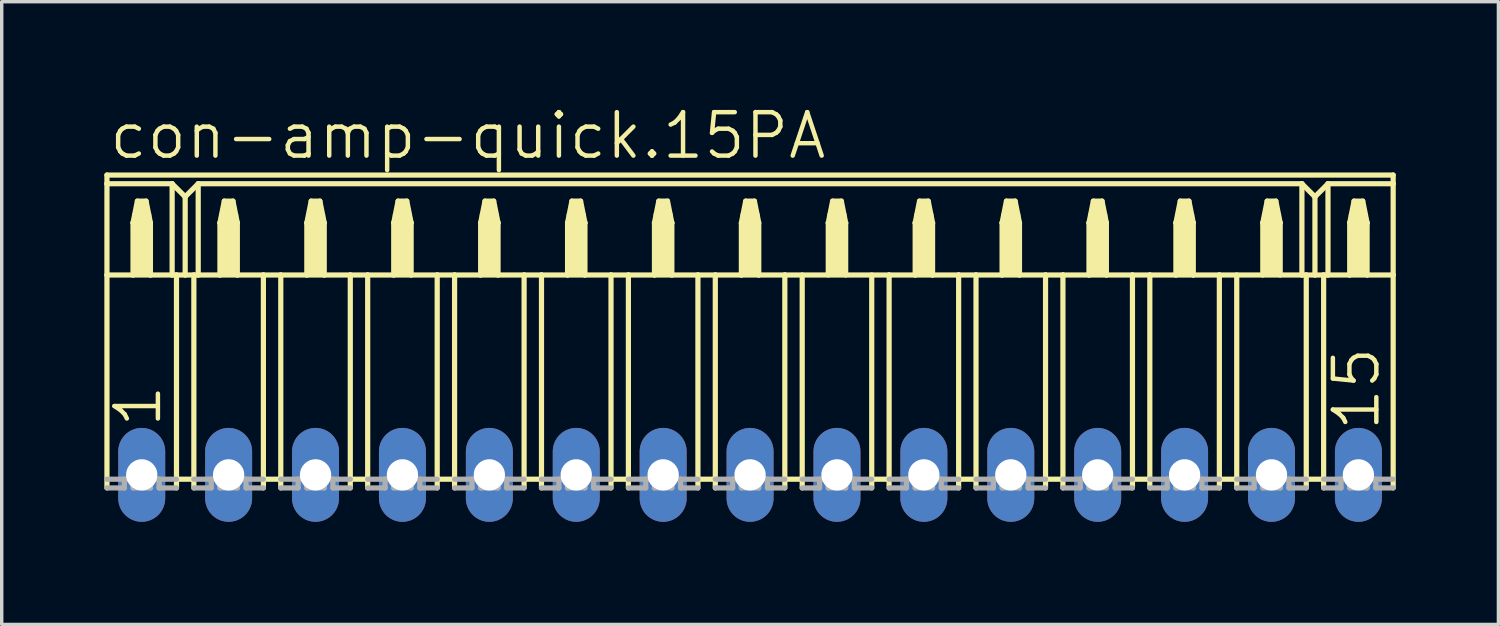
<source format=kicad_pcb>
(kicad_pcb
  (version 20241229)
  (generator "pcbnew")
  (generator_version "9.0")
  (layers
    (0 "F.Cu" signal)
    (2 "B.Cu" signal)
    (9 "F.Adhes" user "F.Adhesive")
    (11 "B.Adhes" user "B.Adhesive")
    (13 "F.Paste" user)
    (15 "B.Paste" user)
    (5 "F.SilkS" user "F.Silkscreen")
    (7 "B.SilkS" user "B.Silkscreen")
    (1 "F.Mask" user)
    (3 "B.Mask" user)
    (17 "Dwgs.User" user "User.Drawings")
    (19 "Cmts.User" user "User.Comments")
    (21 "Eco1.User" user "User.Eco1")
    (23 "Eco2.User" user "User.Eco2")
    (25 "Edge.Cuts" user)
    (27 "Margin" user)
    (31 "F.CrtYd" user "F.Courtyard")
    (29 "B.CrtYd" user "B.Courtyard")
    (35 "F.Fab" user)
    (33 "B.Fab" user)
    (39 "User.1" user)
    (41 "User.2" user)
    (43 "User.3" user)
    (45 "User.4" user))
  (footprint "con-amp-quick.15PA"
    (layer "F.Cu")
    (at 18.872 10.829)
    (property "Reference" "con-amp-quick.15PA" (at -18.796 -9.169 0) (layer "F.SilkS") (effects (font (size 1.27 1.27) (thickness 0.13)) (justify left bottom)))
    (attr through_hole)
    (fp_line (start -18.796 -8.763) (end -18.796 -8.509) (stroke (width 0.152) (type default)) (layer "F.SilkS"))
    (fp_line (start -18.796 -8.763) (end 18.796 -8.763) (stroke (width 0.152) (type default)) (layer "F.SilkS"))
    (fp_line (start -18.796 -8.509) (end -18.796 -5.842) (stroke (width 0.152) (type default)) (layer "F.SilkS"))
    (fp_line (start -18.796 -8.509) (end -16.891 -8.509) (stroke (width 0.152) (type default)) (layer "F.SilkS"))
    (fp_line (start -18.796 -5.842) (end -18.796 0.381) (stroke (width 0.152) (type default)) (layer "F.SilkS"))
    (fp_line (start -18.796 -5.842) (end -18.034 -5.842) (stroke (width 0.152) (type default)) (layer "F.SilkS"))
    (fp_line (start -18.034 -7.366) (end -18.034 -5.842) (stroke (width 0.152) (type default)) (layer "F.SilkS"))
    (fp_line (start -18.034 -7.366) (end -17.907 -8.001) (stroke (width 0.152) (type default)) (layer "F.SilkS"))
    (fp_line (start -18.034 -5.842) (end -17.526 -5.842) (stroke (width 0.152) (type default)) (layer "F.SilkS"))
    (fp_line (start -17.907 -8.001) (end -17.653 -8.001) (stroke (width 0.152) (type default)) (layer "F.SilkS"))
    (fp_line (start -17.653 -8.001) (end -17.526 -7.366) (stroke (width 0.152) (type default)) (layer "F.SilkS"))
    (fp_line (start -17.526 -7.366) (end -18.034 -7.366) (stroke (width 0.152) (type default)) (layer "F.SilkS"))
    (fp_line (start -17.526 -7.366) (end -17.526 -5.842) (stroke (width 0.152) (type default)) (layer "F.SilkS"))
    (fp_line (start -17.526 -5.842) (end -16.891 -5.842) (stroke (width 0.152) (type default)) (layer "F.SilkS"))
    (fp_line (start -16.891 -8.509) (end -16.891 -5.842) (stroke (width 0.152) (type default)) (layer "F.SilkS"))
    (fp_line (start -16.891 -8.509) (end -16.51 -8.128) (stroke (width 0.152) (type default)) (layer "F.SilkS"))
    (fp_line (start -16.891 -5.842) (end -16.764 -5.842) (stroke (width 0.152) (type default)) (layer "F.SilkS"))
    (fp_line (start -16.764 -5.842) (end -16.764 0.127) (stroke (width 0.152) (type default)) (layer "F.SilkS"))
    (fp_line (start -16.764 -5.842) (end -16.51 -5.842) (stroke (width 0.152) (type default)) (layer "F.SilkS"))
    (fp_line (start -16.764 0.127) (end -16.764 0.381) (stroke (width 0.152) (type default)) (layer "F.SilkS"))
    (fp_line (start -16.51 -8.128) (end -16.51 -5.842) (stroke (width 0.152) (type default)) (layer "F.SilkS"))
    (fp_line (start -16.51 -8.128) (end -16.129 -8.509) (stroke (width 0.152) (type default)) (layer "F.SilkS"))
    (fp_line (start -16.51 -5.842) (end -16.256 -5.842) (stroke (width 0.152) (type default)) (layer "F.SilkS"))
    (fp_line (start -16.256 -5.842) (end -16.256 0.127) (stroke (width 0.152) (type default)) (layer "F.SilkS"))
    (fp_line (start -16.256 -5.842) (end -16.129 -5.842) (stroke (width 0.152) (type default)) (layer "F.SilkS"))
    (fp_line (start -16.256 0.127) (end -16.764 0.127) (stroke (width 0.152) (type default)) (layer "F.SilkS"))
    (fp_line (start -16.256 0.127) (end -16.256 0.381) (stroke (width 0.152) (type default)) (layer "F.SilkS"))
    (fp_line (start -16.129 -8.509) (end -16.129 -5.842) (stroke (width 0.152) (type default)) (layer "F.SilkS"))
    (fp_line (start -16.129 -8.509) (end 16.129 -8.509) (stroke (width 0.152) (type default)) (layer "F.SilkS"))
    (fp_line (start -16.129 -5.842) (end -15.494 -5.842) (stroke (width 0.152) (type default)) (layer "F.SilkS"))
    (fp_line (start -15.494 -7.366) (end -15.494 -5.842) (stroke (width 0.152) (type default)) (layer "F.SilkS"))
    (fp_line (start -15.494 -7.366) (end -15.367 -8.001) (stroke (width 0.152) (type default)) (layer "F.SilkS"))
    (fp_line (start -15.494 -5.842) (end -14.986 -5.842) (stroke (width 0.152) (type default)) (layer "F.SilkS"))
    (fp_line (start -15.367 -8.001) (end -15.113 -8.001) (stroke (width 0.152) (type default)) (layer "F.SilkS"))
    (fp_line (start -15.113 -8.001) (end -14.986 -7.366) (stroke (width 0.152) (type default)) (layer "F.SilkS"))
    (fp_line (start -14.986 -7.366) (end -15.494 -7.366) (stroke (width 0.152) (type default)) (layer "F.SilkS"))
    (fp_line (start -14.986 -7.366) (end -14.986 -5.842) (stroke (width 0.152) (type default)) (layer "F.SilkS"))
    (fp_line (start -14.986 -5.842) (end -14.224 -5.842) (stroke (width 0.152) (type default)) (layer "F.SilkS"))
    (fp_line (start -14.224 -5.842) (end -14.224 0.127) (stroke (width 0.152) (type default)) (layer "F.SilkS"))
    (fp_line (start -14.224 -5.842) (end -13.716 -5.842) (stroke (width 0.152) (type default)) (layer "F.SilkS"))
    (fp_line (start -14.224 0.127) (end -14.224 0.381) (stroke (width 0.152) (type default)) (layer "F.SilkS"))
    (fp_line (start -13.716 -5.842) (end -13.716 0.127) (stroke (width 0.152) (type default)) (layer "F.SilkS"))
    (fp_line (start -13.716 -5.842) (end -12.954 -5.842) (stroke (width 0.152) (type default)) (layer "F.SilkS"))
    (fp_line (start -13.716 0.127) (end -14.224 0.127) (stroke (width 0.152) (type default)) (layer "F.SilkS"))
    (fp_line (start -13.716 0.127) (end -13.716 0.381) (stroke (width 0.152) (type default)) (layer "F.SilkS"))
    (fp_line (start -12.954 -7.366) (end -12.954 -5.842) (stroke (width 0.152) (type default)) (layer "F.SilkS"))
    (fp_line (start -12.954 -7.366) (end -12.827 -8.001) (stroke (width 0.152) (type default)) (layer "F.SilkS"))
    (fp_line (start -12.954 -5.842) (end -12.446 -5.842) (stroke (width 0.152) (type default)) (layer "F.SilkS"))
    (fp_line (start -12.827 -8.001) (end -12.573 -8.001) (stroke (width 0.152) (type default)) (layer "F.SilkS"))
    (fp_line (start -12.573 -8.001) (end -12.446 -7.366) (stroke (width 0.152) (type default)) (layer "F.SilkS"))
    (fp_line (start -12.446 -7.366) (end -12.954 -7.366) (stroke (width 0.152) (type default)) (layer "F.SilkS"))
    (fp_line (start -12.446 -7.366) (end -12.446 -5.842) (stroke (width 0.152) (type default)) (layer "F.SilkS"))
    (fp_line (start -12.446 -5.842) (end -11.684 -5.842) (stroke (width 0.152) (type default)) (layer "F.SilkS"))
    (fp_line (start -11.684 -5.842) (end -11.684 0.127) (stroke (width 0.152) (type default)) (layer "F.SilkS"))
    (fp_line (start -11.684 -5.842) (end -11.176 -5.842) (stroke (width 0.152) (type default)) (layer "F.SilkS"))
    (fp_line (start -11.684 0.127) (end -11.684 0.381) (stroke (width 0.152) (type default)) (layer "F.SilkS"))
    (fp_line (start -11.176 -5.842) (end -11.176 0.127) (stroke (width 0.152) (type default)) (layer "F.SilkS"))
    (fp_line (start -11.176 -5.842) (end -10.414 -5.842) (stroke (width 0.152) (type default)) (layer "F.SilkS"))
    (fp_line (start -11.176 0.127) (end -11.684 0.127) (stroke (width 0.152) (type default)) (layer "F.SilkS"))
    (fp_line (start -11.176 0.127) (end -11.176 0.381) (stroke (width 0.152) (type default)) (layer "F.SilkS"))
    (fp_line (start -10.414 -7.366) (end -10.414 -5.842) (stroke (width 0.152) (type default)) (layer "F.SilkS"))
    (fp_line (start -10.414 -7.366) (end -10.287 -8.001) (stroke (width 0.152) (type default)) (layer "F.SilkS"))
    (fp_line (start -10.414 -5.842) (end -9.906 -5.842) (stroke (width 0.152) (type default)) (layer "F.SilkS"))
    (fp_line (start -10.287 -8.001) (end -10.033 -8.001) (stroke (width 0.152) (type default)) (layer "F.SilkS"))
    (fp_line (start -10.033 -8.001) (end -9.906 -7.366) (stroke (width 0.152) (type default)) (layer "F.SilkS"))
    (fp_line (start -9.906 -7.366) (end -10.414 -7.366) (stroke (width 0.152) (type default)) (layer "F.SilkS"))
    (fp_line (start -9.906 -7.366) (end -9.906 -5.842) (stroke (width 0.152) (type default)) (layer "F.SilkS"))
    (fp_line (start -9.906 -5.842) (end -9.144 -5.842) (stroke (width 0.152) (type default)) (layer "F.SilkS"))
    (fp_line (start -9.144 -5.842) (end -9.144 0.127) (stroke (width 0.152) (type default)) (layer "F.SilkS"))
    (fp_line (start -9.144 -5.842) (end -8.636 -5.842) (stroke (width 0.152) (type default)) (layer "F.SilkS"))
    (fp_line (start -9.144 0.127) (end -9.144 0.381) (stroke (width 0.152) (type default)) (layer "F.SilkS"))
    (fp_line (start -8.636 -5.842) (end -8.636 0.127) (stroke (width 0.152) (type default)) (layer "F.SilkS"))
    (fp_line (start -8.636 -5.842) (end -7.874 -5.842) (stroke (width 0.152) (type default)) (layer "F.SilkS"))
    (fp_line (start -8.636 0.127) (end -9.144 0.127) (stroke (width 0.152) (type default)) (layer "F.SilkS"))
    (fp_line (start -8.636 0.127) (end -8.636 0.381) (stroke (width 0.152) (type default)) (layer "F.SilkS"))
    (fp_line (start -7.874 -7.366) (end -7.874 -5.842) (stroke (width 0.152) (type default)) (layer "F.SilkS"))
    (fp_line (start -7.874 -7.366) (end -7.747 -8.001) (stroke (width 0.152) (type default)) (layer "F.SilkS"))
    (fp_line (start -7.874 -5.842) (end -7.366 -5.842) (stroke (width 0.152) (type default)) (layer "F.SilkS"))
    (fp_line (start -7.747 -8.001) (end -7.493 -8.001) (stroke (width 0.152) (type default)) (layer "F.SilkS"))
    (fp_line (start -7.493 -8.001) (end -7.366 -7.366) (stroke (width 0.152) (type default)) (layer "F.SilkS"))
    (fp_line (start -7.366 -7.366) (end -7.874 -7.366) (stroke (width 0.152) (type default)) (layer "F.SilkS"))
    (fp_line (start -7.366 -7.366) (end -7.366 -5.842) (stroke (width 0.152) (type default)) (layer "F.SilkS"))
    (fp_line (start -7.366 -5.842) (end -6.604 -5.842) (stroke (width 0.152) (type default)) (layer "F.SilkS"))
    (fp_line (start -6.604 -5.842) (end -6.604 0.127) (stroke (width 0.152) (type default)) (layer "F.SilkS"))
    (fp_line (start -6.604 -5.842) (end -6.096 -5.842) (stroke (width 0.152) (type default)) (layer "F.SilkS"))
    (fp_line (start -6.604 0.127) (end -6.604 0.381) (stroke (width 0.152) (type default)) (layer "F.SilkS"))
    (fp_line (start -6.096 -5.842) (end -6.096 0.127) (stroke (width 0.152) (type default)) (layer "F.SilkS"))
    (fp_line (start -6.096 -5.842) (end -5.334 -5.842) (stroke (width 0.152) (type default)) (layer "F.SilkS"))
    (fp_line (start -6.096 0.127) (end -6.604 0.127) (stroke (width 0.152) (type default)) (layer "F.SilkS"))
    (fp_line (start -6.096 0.127) (end -6.096 0.381) (stroke (width 0.152) (type default)) (layer "F.SilkS"))
    (fp_line (start -5.334 -7.366) (end -5.334 -5.842) (stroke (width 0.152) (type default)) (layer "F.SilkS"))
    (fp_line (start -5.334 -7.366) (end -5.207 -8.001) (stroke (width 0.152) (type default)) (layer "F.SilkS"))
    (fp_line (start -5.334 -5.842) (end -4.826 -5.842) (stroke (width 0.152) (type default)) (layer "F.SilkS"))
    (fp_line (start -5.207 -8.001) (end -4.953 -8.001) (stroke (width 0.152) (type default)) (layer "F.SilkS"))
    (fp_line (start -4.953 -8.001) (end -4.826 -7.366) (stroke (width 0.152) (type default)) (layer "F.SilkS"))
    (fp_line (start -4.826 -7.366) (end -5.334 -7.366) (stroke (width 0.152) (type default)) (layer "F.SilkS"))
    (fp_line (start -4.826 -7.366) (end -4.826 -5.842) (stroke (width 0.152) (type default)) (layer "F.SilkS"))
    (fp_line (start -4.826 -5.842) (end -4.064 -5.842) (stroke (width 0.152) (type default)) (layer "F.SilkS"))
    (fp_line (start -4.064 -5.842) (end -4.064 0.127) (stroke (width 0.152) (type default)) (layer "F.SilkS"))
    (fp_line (start -4.064 -5.842) (end -3.556 -5.842) (stroke (width 0.152) (type default)) (layer "F.SilkS"))
    (fp_line (start -4.064 0.127) (end -4.064 0.381) (stroke (width 0.152) (type default)) (layer "F.SilkS"))
    (fp_line (start -3.556 -5.842) (end -3.556 0.127) (stroke (width 0.152) (type default)) (layer "F.SilkS"))
    (fp_line (start -3.556 -5.842) (end -2.794 -5.842) (stroke (width 0.152) (type default)) (layer "F.SilkS"))
    (fp_line (start -3.556 0.127) (end -4.064 0.127) (stroke (width 0.152) (type default)) (layer "F.SilkS"))
    (fp_line (start -3.556 0.127) (end -3.556 0.381) (stroke (width 0.152) (type default)) (layer "F.SilkS"))
    (fp_line (start -2.794 -7.366) (end -2.794 -5.842) (stroke (width 0.152) (type default)) (layer "F.SilkS"))
    (fp_line (start -2.794 -7.366) (end -2.667 -8.001) (stroke (width 0.152) (type default)) (layer "F.SilkS"))
    (fp_line (start -2.794 -5.842) (end -2.286 -5.842) (stroke (width 0.152) (type default)) (layer "F.SilkS"))
    (fp_line (start -2.667 -8.001) (end -2.413 -8.001) (stroke (width 0.152) (type default)) (layer "F.SilkS"))
    (fp_line (start -2.413 -8.001) (end -2.286 -7.366) (stroke (width 0.152) (type default)) (layer "F.SilkS"))
    (fp_line (start -2.286 -7.366) (end -2.794 -7.366) (stroke (width 0.152) (type default)) (layer "F.SilkS"))
    (fp_line (start -2.286 -7.366) (end -2.286 -5.842) (stroke (width 0.152) (type default)) (layer "F.SilkS"))
    (fp_line (start -2.286 -5.842) (end -1.524 -5.842) (stroke (width 0.152) (type default)) (layer "F.SilkS"))
    (fp_line (start -1.524 -5.842) (end -1.524 0.127) (stroke (width 0.152) (type default)) (layer "F.SilkS"))
    (fp_line (start -1.524 -5.842) (end -1.016 -5.842) (stroke (width 0.152) (type default)) (layer "F.SilkS"))
    (fp_line (start -1.524 0.127) (end -1.524 0.381) (stroke (width 0.152) (type default)) (layer "F.SilkS"))
    (fp_line (start -1.016 -5.842) (end -1.016 0.127) (stroke (width 0.152) (type default)) (layer "F.SilkS"))
    (fp_line (start -1.016 -5.842) (end -0.254 -5.842) (stroke (width 0.152) (type default)) (layer "F.SilkS"))
    (fp_line (start -1.016 0.127) (end -1.524 0.127) (stroke (width 0.152) (type default)) (layer "F.SilkS"))
    (fp_line (start -1.016 0.127) (end -1.016 0.381) (stroke (width 0.152) (type default)) (layer "F.SilkS"))
    (fp_line (start -0.254 -7.366) (end -0.254 -5.842) (stroke (width 0.152) (type default)) (layer "F.SilkS"))
    (fp_line (start -0.254 -7.366) (end -0.127 -8.001) (stroke (width 0.152) (type default)) (layer "F.SilkS"))
    (fp_line (start -0.254 -5.842) (end 0.254 -5.842) (stroke (width 0.152) (type default)) (layer "F.SilkS"))
    (fp_line (start -0.127 -8.001) (end 0.127 -8.001) (stroke (width 0.152) (type default)) (layer "F.SilkS"))
    (fp_line (start 0.127 -8.001) (end 0.254 -7.366) (stroke (width 0.152) (type default)) (layer "F.SilkS"))
    (fp_line (start 0.254 -7.366) (end 0.254 -5.842) (stroke (width 0.152) (type default)) (layer "F.SilkS"))
    (fp_line (start 0.254 -5.842) (end 1.016 -5.842) (stroke (width 0.152) (type default)) (layer "F.SilkS"))
    (fp_line (start 1.016 -5.842) (end 1.016 0.127) (stroke (width 0.152) (type default)) (layer "F.SilkS"))
    (fp_line (start 1.016 -5.842) (end 4.064 -5.842) (stroke (width 0.152) (type default)) (layer "F.SilkS"))
    (fp_line (start 1.016 0.127) (end 1.016 0.381) (stroke (width 0.152) (type default)) (layer "F.SilkS"))
    (fp_line (start 1.524 -5.842) (end 1.524 0.127) (stroke (width 0.152) (type default)) (layer "F.SilkS"))
    (fp_line (start 1.524 0.127) (end 1.016 0.127) (stroke (width 0.152) (type default)) (layer "F.SilkS"))
    (fp_line (start 1.524 0.127) (end 1.524 0.381) (stroke (width 0.152) (type default)) (layer "F.SilkS"))
    (fp_line (start 2.286 -7.366) (end 2.286 -5.842) (stroke (width 0.152) (type default)) (layer "F.SilkS"))
    (fp_line (start 2.286 -7.366) (end 2.413 -8.001) (stroke (width 0.152) (type default)) (layer "F.SilkS"))
    (fp_line (start 2.413 -8.001) (end 2.667 -8.001) (stroke (width 0.152) (type default)) (layer "F.SilkS"))
    (fp_line (start 2.667 -8.001) (end 2.794 -7.366) (stroke (width 0.152) (type default)) (layer "F.SilkS"))
    (fp_line (start 2.794 -7.366) (end 2.286 -7.366) (stroke (width 0.152) (type default)) (layer "F.SilkS"))
    (fp_line (start 2.794 -7.366) (end 2.794 -5.842) (stroke (width 0.152) (type default)) (layer "F.SilkS"))
    (fp_line (start 3.556 -5.842) (end 3.556 0.127) (stroke (width 0.152) (type default)) (layer "F.SilkS"))
    (fp_line (start 3.556 0.127) (end 3.556 0.381) (stroke (width 0.152) (type default)) (layer "F.SilkS"))
    (fp_line (start 4.064 -5.842) (end 4.064 0.127) (stroke (width 0.152) (type default)) (layer "F.SilkS"))
    (fp_line (start 4.064 -5.842) (end 4.826 -5.842) (stroke (width 0.152) (type default)) (layer "F.SilkS"))
    (fp_line (start 4.064 0.127) (end 3.556 0.127) (stroke (width 0.152) (type default)) (layer "F.SilkS"))
    (fp_line (start 4.064 0.127) (end 4.064 0.381) (stroke (width 0.152) (type default)) (layer "F.SilkS"))
    (fp_line (start 4.826 -7.366) (end 4.826 -5.842) (stroke (width 0.152) (type default)) (layer "F.SilkS"))
    (fp_line (start 4.826 -7.366) (end 4.953 -8.001) (stroke (width 0.152) (type default)) (layer "F.SilkS"))
    (fp_line (start 4.826 -5.842) (end 5.334 -5.842) (stroke (width 0.152) (type default)) (layer "F.SilkS"))
    (fp_line (start 4.953 -8.001) (end 5.207 -8.001) (stroke (width 0.152) (type default)) (layer "F.SilkS"))
    (fp_line (start 5.207 -8.001) (end 5.334 -7.366) (stroke (width 0.152) (type default)) (layer "F.SilkS"))
    (fp_line (start 5.334 -7.366) (end 4.826 -7.366) (stroke (width 0.152) (type default)) (layer "F.SilkS"))
    (fp_line (start 5.334 -7.366) (end 5.334 -5.842) (stroke (width 0.152) (type default)) (layer "F.SilkS"))
    (fp_line (start 5.334 -5.842) (end 6.096 -5.842) (stroke (width 0.152) (type default)) (layer "F.SilkS"))
    (fp_line (start 6.096 -5.842) (end 6.096 0.127) (stroke (width 0.152) (type default)) (layer "F.SilkS"))
    (fp_line (start 6.096 -5.842) (end 6.604 -5.842) (stroke (width 0.152) (type default)) (layer "F.SilkS"))
    (fp_line (start 6.096 0.127) (end 6.096 0.381) (stroke (width 0.152) (type default)) (layer "F.SilkS"))
    (fp_line (start 6.604 -5.842) (end 6.604 0.127) (stroke (width 0.152) (type default)) (layer "F.SilkS"))
    (fp_line (start 6.604 -5.842) (end 7.366 -5.842) (stroke (width 0.152) (type default)) (layer "F.SilkS"))
    (fp_line (start 6.604 0.127) (end 6.096 0.127) (stroke (width 0.152) (type default)) (layer "F.SilkS"))
    (fp_line (start 6.604 0.127) (end 6.604 0.381) (stroke (width 0.152) (type default)) (layer "F.SilkS"))
    (fp_line (start 7.366 -7.366) (end 7.366 -5.842) (stroke (width 0.152) (type default)) (layer "F.SilkS"))
    (fp_line (start 7.366 -7.366) (end 7.493 -8.001) (stroke (width 0.152) (type default)) (layer "F.SilkS"))
    (fp_line (start 7.366 -5.842) (end 7.874 -5.842) (stroke (width 0.152) (type default)) (layer "F.SilkS"))
    (fp_line (start 7.493 -8.001) (end 7.747 -8.001) (stroke (width 0.152) (type default)) (layer "F.SilkS"))
    (fp_line (start 7.747 -8.001) (end 7.874 -7.366) (stroke (width 0.152) (type default)) (layer "F.SilkS"))
    (fp_line (start 7.874 -7.366) (end 7.366 -7.366) (stroke (width 0.152) (type default)) (layer "F.SilkS"))
    (fp_line (start 7.874 -7.366) (end 7.874 -5.842) (stroke (width 0.152) (type default)) (layer "F.SilkS"))
    (fp_line (start 7.874 -5.842) (end 8.636 -5.842) (stroke (width 0.152) (type default)) (layer "F.SilkS"))
    (fp_line (start 8.636 -5.842) (end 8.636 0.127) (stroke (width 0.152) (type default)) (layer "F.SilkS"))
    (fp_line (start 8.636 -5.842) (end 9.144 -5.842) (stroke (width 0.152) (type default)) (layer "F.SilkS"))
    (fp_line (start 8.636 0.127) (end 8.636 0.381) (stroke (width 0.152) (type default)) (layer "F.SilkS"))
    (fp_line (start 9.144 -5.842) (end 9.144 0.127) (stroke (width 0.152) (type default)) (layer "F.SilkS"))
    (fp_line (start 9.144 -5.842) (end 9.906 -5.842) (stroke (width 0.152) (type default)) (layer "F.SilkS"))
    (fp_line (start 9.144 0.127) (end 8.636 0.127) (stroke (width 0.152) (type default)) (layer "F.SilkS"))
    (fp_line (start 9.144 0.127) (end 9.144 0.381) (stroke (width 0.152) (type default)) (layer "F.SilkS"))
    (fp_line (start 9.906 -7.366) (end 9.906 -5.842) (stroke (width 0.152) (type default)) (layer "F.SilkS"))
    (fp_line (start 9.906 -7.366) (end 10.033 -8.001) (stroke (width 0.152) (type default)) (layer "F.SilkS"))
    (fp_line (start 9.906 -5.842) (end 10.414 -5.842) (stroke (width 0.152) (type default)) (layer "F.SilkS"))
    (fp_line (start 10.033 -8.001) (end 10.287 -8.001) (stroke (width 0.152) (type default)) (layer "F.SilkS"))
    (fp_line (start 10.287 -8.001) (end 10.414 -7.366) (stroke (width 0.152) (type default)) (layer "F.SilkS"))
    (fp_line (start 10.414 -7.366) (end 9.906 -7.366) (stroke (width 0.152) (type default)) (layer "F.SilkS"))
    (fp_line (start 10.414 -7.366) (end 10.414 -5.842) (stroke (width 0.152) (type default)) (layer "F.SilkS"))
    (fp_line (start 10.414 -5.842) (end 11.176 -5.842) (stroke (width 0.152) (type default)) (layer "F.SilkS"))
    (fp_line (start 11.176 -5.842) (end 11.176 0.127) (stroke (width 0.152) (type default)) (layer "F.SilkS"))
    (fp_line (start 11.176 -5.842) (end 11.684 -5.842) (stroke (width 0.152) (type default)) (layer "F.SilkS"))
    (fp_line (start 11.176 0.127) (end 11.176 0.381) (stroke (width 0.152) (type default)) (layer "F.SilkS"))
    (fp_line (start 11.684 -5.842) (end 11.684 0.127) (stroke (width 0.152) (type default)) (layer "F.SilkS"))
    (fp_line (start 11.684 -5.842) (end 12.446 -5.842) (stroke (width 0.152) (type default)) (layer "F.SilkS"))
    (fp_line (start 11.684 0.127) (end 11.176 0.127) (stroke (width 0.152) (type default)) (layer "F.SilkS"))
    (fp_line (start 11.684 0.127) (end 11.684 0.381) (stroke (width 0.152) (type default)) (layer "F.SilkS"))
    (fp_line (start 12.446 -7.366) (end 12.446 -5.842) (stroke (width 0.152) (type default)) (layer "F.SilkS"))
    (fp_line (start 12.446 -7.366) (end 12.573 -8.001) (stroke (width 0.152) (type default)) (layer "F.SilkS"))
    (fp_line (start 12.446 -5.842) (end 12.954 -5.842) (stroke (width 0.152) (type default)) (layer "F.SilkS"))
    (fp_line (start 12.573 -8.001) (end 12.827 -8.001) (stroke (width 0.152) (type default)) (layer "F.SilkS"))
    (fp_line (start 12.827 -8.001) (end 12.954 -7.366) (stroke (width 0.152) (type default)) (layer "F.SilkS"))
    (fp_line (start 12.954 -7.366) (end 12.446 -7.366) (stroke (width 0.152) (type default)) (layer "F.SilkS"))
    (fp_line (start 12.954 -7.366) (end 12.954 -5.842) (stroke (width 0.152) (type default)) (layer "F.SilkS"))
    (fp_line (start 12.954 -5.842) (end 13.716 -5.842) (stroke (width 0.152) (type default)) (layer "F.SilkS"))
    (fp_line (start 13.716 -5.842) (end 13.716 0.127) (stroke (width 0.152) (type default)) (layer "F.SilkS"))
    (fp_line (start 13.716 -5.842) (end 16.129 -5.842) (stroke (width 0.152) (type default)) (layer "F.SilkS"))
    (fp_line (start 13.716 0.127) (end 13.716 0.381) (stroke (width 0.152) (type default)) (layer "F.SilkS"))
    (fp_line (start 14.224 -5.842) (end 14.224 0.127) (stroke (width 0.152) (type default)) (layer "F.SilkS"))
    (fp_line (start 14.224 0.127) (end 13.716 0.127) (stroke (width 0.152) (type default)) (layer "F.SilkS"))
    (fp_line (start 14.224 0.127) (end 14.224 0.381) (stroke (width 0.152) (type default)) (layer "F.SilkS"))
    (fp_line (start 14.986 -7.366) (end 14.986 -5.842) (stroke (width 0.152) (type default)) (layer "F.SilkS"))
    (fp_line (start 14.986 -7.366) (end 15.113 -8.001) (stroke (width 0.152) (type default)) (layer "F.SilkS"))
    (fp_line (start 15.113 -8.001) (end 15.367 -8.001) (stroke (width 0.152) (type default)) (layer "F.SilkS"))
    (fp_line (start 15.367 -8.001) (end 15.494 -7.366) (stroke (width 0.152) (type default)) (layer "F.SilkS"))
    (fp_line (start 15.494 -7.366) (end 14.986 -7.366) (stroke (width 0.152) (type default)) (layer "F.SilkS"))
    (fp_line (start 15.494 -7.366) (end 15.494 -5.842) (stroke (width 0.152) (type default)) (layer "F.SilkS"))
    (fp_line (start 16.129 -8.509) (end 16.129 -5.842) (stroke (width 0.152) (type default)) (layer "F.SilkS"))
    (fp_line (start 16.129 -8.509) (end 16.51 -8.128) (stroke (width 0.152) (type default)) (layer "F.SilkS"))
    (fp_line (start 16.129 -5.842) (end 16.256 -5.842) (stroke (width 0.152) (type default)) (layer "F.SilkS"))
    (fp_line (start 16.256 -5.842) (end 16.256 0.127) (stroke (width 0.152) (type default)) (layer "F.SilkS"))
    (fp_line (start 16.256 -5.842) (end 16.51 -5.842) (stroke (width 0.152) (type default)) (layer "F.SilkS"))
    (fp_line (start 16.256 0.127) (end 16.256 0.381) (stroke (width 0.152) (type default)) (layer "F.SilkS"))
    (fp_line (start 16.51 -8.128) (end 16.51 -5.842) (stroke (width 0.152) (type default)) (layer "F.SilkS"))
    (fp_line (start 16.51 -8.128) (end 16.891 -8.509) (stroke (width 0.152) (type default)) (layer "F.SilkS"))
    (fp_line (start 16.51 -5.842) (end 16.764 -5.842) (stroke (width 0.152) (type default)) (layer "F.SilkS"))
    (fp_line (start 16.764 -5.842) (end 16.764 0.127) (stroke (width 0.152) (type default)) (layer "F.SilkS"))
    (fp_line (start 16.764 -5.842) (end 16.891 -5.842) (stroke (width 0.152) (type default)) (layer "F.SilkS"))
    (fp_line (start 16.764 0.127) (end 16.256 0.127) (stroke (width 0.152) (type default)) (layer "F.SilkS"))
    (fp_line (start 16.764 0.127) (end 16.764 0.381) (stroke (width 0.152) (type default)) (layer "F.SilkS"))
    (fp_line (start 16.891 -8.509) (end 16.891 -5.842) (stroke (width 0.152) (type default)) (layer "F.SilkS"))
    (fp_line (start 16.891 -8.509) (end 18.796 -8.509) (stroke (width 0.152) (type default)) (layer "F.SilkS"))
    (fp_line (start 16.891 -5.842) (end 17.526 -5.842) (stroke (width 0.152) (type default)) (layer "F.SilkS"))
    (fp_line (start 17.526 -7.366) (end 17.526 -5.842) (stroke (width 0.152) (type default)) (layer "F.SilkS"))
    (fp_line (start 17.526 -7.366) (end 17.653 -8.001) (stroke (width 0.152) (type default)) (layer "F.SilkS"))
    (fp_line (start 17.526 -5.842) (end 18.034 -5.842) (stroke (width 0.152) (type default)) (layer "F.SilkS"))
    (fp_line (start 17.653 -8.001) (end 17.907 -8.001) (stroke (width 0.152) (type default)) (layer "F.SilkS"))
    (fp_line (start 17.907 -8.001) (end 18.034 -7.366) (stroke (width 0.152) (type default)) (layer "F.SilkS"))
    (fp_line (start 18.034 -7.366) (end 17.526 -7.366) (stroke (width 0.152) (type default)) (layer "F.SilkS"))
    (fp_line (start 18.034 -7.366) (end 18.034 -5.842) (stroke (width 0.152) (type default)) (layer "F.SilkS"))
    (fp_line (start 18.034 -5.842) (end 18.796 -5.842) (stroke (width 0.152) (type default)) (layer "F.SilkS"))
    (fp_line (start 18.796 -8.509) (end 18.796 -8.763) (stroke (width 0.152) (type default)) (layer "F.SilkS"))
    (fp_line (start 18.796 -5.842) (end 18.796 -8.509) (stroke (width 0.152) (type default)) (layer "F.SilkS"))
    (fp_line (start 18.796 -5.842) (end 18.796 0.381) (stroke (width 0.152) (type default)) (layer "F.SilkS"))
    (fp_rect (start -18.034 -7.366) (end -17.907 -7.62) (stroke (width 0.05) (type default)) (fill yes) (layer "F.SilkS"))
    (fp_rect (start -18.034 -5.842) (end -17.526 -7.366) (stroke (width 0.05) (type default)) (fill yes) (layer "F.SilkS"))
    (fp_rect (start -17.907 -7.366) (end -17.653 -8.001) (stroke (width 0.05) (type default)) (fill yes) (layer "F.SilkS"))
    (fp_rect (start -17.653 -7.366) (end -17.526 -7.62) (stroke (width 0.05) (type default)) (fill yes) (layer "F.SilkS"))
    (fp_rect (start -15.494 -7.366) (end -15.367 -7.62) (stroke (width 0.05) (type default)) (fill yes) (layer "F.SilkS"))
    (fp_rect (start -15.494 -5.842) (end -14.986 -7.366) (stroke (width 0.05) (type default)) (fill yes) (layer "F.SilkS"))
    (fp_rect (start -15.367 -7.366) (end -15.113 -8.001) (stroke (width 0.05) (type default)) (fill yes) (layer "F.SilkS"))
    (fp_rect (start -15.113 -7.366) (end -14.986 -7.62) (stroke (width 0.05) (type default)) (fill yes) (layer "F.SilkS"))
    (fp_rect (start -12.954 -7.366) (end -12.827 -7.62) (stroke (width 0.05) (type default)) (fill yes) (layer "F.SilkS"))
    (fp_rect (start -12.954 -5.842) (end -12.446 -7.366) (stroke (width 0.05) (type default)) (fill yes) (layer "F.SilkS"))
    (fp_rect (start -12.827 -7.366) (end -12.573 -8.001) (stroke (width 0.05) (type default)) (fill yes) (layer "F.SilkS"))
    (fp_rect (start -12.573 -7.366) (end -12.446 -7.62) (stroke (width 0.05) (type default)) (fill yes) (layer "F.SilkS"))
    (fp_rect (start -10.414 -7.366) (end -10.287 -7.62) (stroke (width 0.05) (type default)) (fill yes) (layer "F.SilkS"))
    (fp_rect (start -10.414 -5.842) (end -9.906 -7.366) (stroke (width 0.05) (type default)) (fill yes) (layer "F.SilkS"))
    (fp_rect (start -10.287 -7.366) (end -10.033 -8.001) (stroke (width 0.05) (type default)) (fill yes) (layer "F.SilkS"))
    (fp_rect (start -10.033 -7.366) (end -9.906 -7.62) (stroke (width 0.05) (type default)) (fill yes) (layer "F.SilkS"))
    (fp_rect (start -7.874 -7.366) (end -7.747 -7.62) (stroke (width 0.05) (type default)) (fill yes) (layer "F.SilkS"))
    (fp_rect (start -7.874 -5.842) (end -7.366 -7.366) (stroke (width 0.05) (type default)) (fill yes) (layer "F.SilkS"))
    (fp_rect (start -7.747 -7.366) (end -7.493 -8.001) (stroke (width 0.05) (type default)) (fill yes) (layer "F.SilkS"))
    (fp_rect (start -7.493 -7.366) (end -7.366 -7.62) (stroke (width 0.05) (type default)) (fill yes) (layer "F.SilkS"))
    (fp_rect (start -5.334 -7.366) (end -5.207 -7.62) (stroke (width 0.05) (type default)) (fill yes) (layer "F.SilkS"))
    (fp_rect (start -5.334 -5.842) (end -4.826 -7.366) (stroke (width 0.05) (type default)) (fill yes) (layer "F.SilkS"))
    (fp_rect (start -5.207 -7.366) (end -4.953 -8.001) (stroke (width 0.05) (type default)) (fill yes) (layer "F.SilkS"))
    (fp_rect (start -4.953 -7.366) (end -4.826 -7.62) (stroke (width 0.05) (type default)) (fill yes) (layer "F.SilkS"))
    (fp_rect (start -2.794 -7.366) (end -2.667 -7.62) (stroke (width 0.05) (type default)) (fill yes) (layer "F.SilkS"))
    (fp_rect (start -2.794 -5.842) (end -2.286 -7.366) (stroke (width 0.05) (type default)) (fill yes) (layer "F.SilkS"))
    (fp_rect (start -2.667 -7.366) (end -2.413 -8.001) (stroke (width 0.05) (type default)) (fill yes) (layer "F.SilkS"))
    (fp_rect (start -2.413 -7.366) (end -2.286 -7.62) (stroke (width 0.05) (type default)) (fill yes) (layer "F.SilkS"))
    (fp_rect (start -0.254 -7.366) (end -0.127 -7.62) (stroke (width 0.05) (type default)) (fill yes) (layer "F.SilkS"))
    (fp_rect (start -0.254 -5.842) (end 0.254 -7.366) (stroke (width 0.05) (type default)) (fill yes) (layer "F.SilkS"))
    (fp_rect (start -0.127 -7.366) (end 0.127 -8.001) (stroke (width 0.05) (type default)) (fill yes) (layer "F.SilkS"))
    (fp_rect (start 0.127 -7.366) (end 0.254 -7.62) (stroke (width 0.05) (type default)) (fill yes) (layer "F.SilkS"))
    (fp_rect (start 2.286 -7.366) (end 2.413 -7.62) (stroke (width 0.05) (type default)) (fill yes) (layer "F.SilkS"))
    (fp_rect (start 2.286 -5.842) (end 2.794 -7.366) (stroke (width 0.05) (type default)) (fill yes) (layer "F.SilkS"))
    (fp_rect (start 2.413 -7.366) (end 2.667 -8.001) (stroke (width 0.05) (type default)) (fill yes) (layer "F.SilkS"))
    (fp_rect (start 2.667 -7.366) (end 2.794 -7.62) (stroke (width 0.05) (type default)) (fill yes) (layer "F.SilkS"))
    (fp_rect (start 4.826 -7.366) (end 4.953 -7.62) (stroke (width 0.05) (type default)) (fill yes) (layer "F.SilkS"))
    (fp_rect (start 4.826 -5.842) (end 5.334 -7.366) (stroke (width 0.05) (type default)) (fill yes) (layer "F.SilkS"))
    (fp_rect (start 4.953 -7.366) (end 5.207 -8.001) (stroke (width 0.05) (type default)) (fill yes) (layer "F.SilkS"))
    (fp_rect (start 5.207 -7.366) (end 5.334 -7.62) (stroke (width 0.05) (type default)) (fill yes) (layer "F.SilkS"))
    (fp_rect (start 7.366 -7.366) (end 7.493 -7.62) (stroke (width 0.05) (type default)) (fill yes) (layer "F.SilkS"))
    (fp_rect (start 7.366 -5.842) (end 7.874 -7.366) (stroke (width 0.05) (type default)) (fill yes) (layer "F.SilkS"))
    (fp_rect (start 7.493 -7.366) (end 7.747 -8.001) (stroke (width 0.05) (type default)) (fill yes) (layer "F.SilkS"))
    (fp_rect (start 7.747 -7.366) (end 7.874 -7.62) (stroke (width 0.05) (type default)) (fill yes) (layer "F.SilkS"))
    (fp_rect (start 9.906 -7.366) (end 10.033 -7.62) (stroke (width 0.05) (type default)) (fill yes) (layer "F.SilkS"))
    (fp_rect (start 9.906 -5.842) (end 10.414 -7.366) (stroke (width 0.05) (type default)) (fill yes) (layer "F.SilkS"))
    (fp_rect (start 10.033 -7.366) (end 10.287 -8.001) (stroke (width 0.05) (type default)) (fill yes) (layer "F.SilkS"))
    (fp_rect (start 10.287 -7.366) (end 10.414 -7.62) (stroke (width 0.05) (type default)) (fill yes) (layer "F.SilkS"))
    (fp_rect (start 12.446 -7.366) (end 12.573 -7.62) (stroke (width 0.05) (type default)) (fill yes) (layer "F.SilkS"))
    (fp_rect (start 12.446 -5.842) (end 12.954 -7.366) (stroke (width 0.05) (type default)) (fill yes) (layer "F.SilkS"))
    (fp_rect (start 12.573 -7.366) (end 12.827 -8.001) (stroke (width 0.05) (type default)) (fill yes) (layer "F.SilkS"))
    (fp_rect (start 12.827 -7.366) (end 12.954 -7.62) (stroke (width 0.05) (type default)) (fill yes) (layer "F.SilkS"))
    (fp_rect (start 14.986 -7.366) (end 15.113 -7.62) (stroke (width 0.05) (type default)) (fill yes) (layer "F.SilkS"))
    (fp_rect (start 14.986 -5.842) (end 15.494 -7.366) (stroke (width 0.05) (type default)) (fill yes) (layer "F.SilkS"))
    (fp_rect (start 15.113 -7.366) (end 15.367 -8.001) (stroke (width 0.05) (type default)) (fill yes) (layer "F.SilkS"))
    (fp_rect (start 15.367 -7.366) (end 15.494 -7.62) (stroke (width 0.05) (type default)) (fill yes) (layer "F.SilkS"))
    (fp_rect (start 17.526 -7.366) (end 17.653 -7.62) (stroke (width 0.05) (type default)) (fill yes) (layer "F.SilkS"))
    (fp_rect (start 17.526 -5.842) (end 18.034 -7.366) (stroke (width 0.05) (type default)) (fill yes) (layer "F.SilkS"))
    (fp_rect (start 17.653 -7.366) (end 17.907 -8.001) (stroke (width 0.05) (type default)) (fill yes) (layer "F.SilkS"))
    (fp_rect (start 17.907 -7.366) (end 18.034 -7.62) (stroke (width 0.05) (type default)) (fill yes) (layer "F.SilkS"))
    (fp_line (start -18.796 0.127) (end -18.288 0.127) (stroke (width 0.152) (type default)) (layer "F.Fab"))
    (fp_line (start -18.288 0.381) (end -18.796 0.381) (stroke (width 0.152) (type default)) (layer "F.Fab"))
    (fp_line (start -18.288 0.381) (end -18.288 0.127) (stroke (width 0.152) (type default)) (layer "F.Fab"))
    (fp_line (start -18.034 0.127) (end -18.288 0.127) (stroke (width 0.152) (type default)) (layer "F.Fab"))
    (fp_line (start -18.034 0.381) (end -18.034 0.127) (stroke (width 0.152) (type default)) (layer "F.Fab"))
    (fp_line (start -17.526 0.381) (end -18.034 0.381) (stroke (width 0.152) (type default)) (layer "F.Fab"))
    (fp_line (start -17.526 0.381) (end -17.526 0.127) (stroke (width 0.152) (type default)) (layer "F.Fab"))
    (fp_line (start -17.272 0.127) (end -17.526 0.127) (stroke (width 0.152) (type default)) (layer "F.Fab"))
    (fp_line (start -17.272 0.381) (end -17.272 0.127) (stroke (width 0.152) (type default)) (layer "F.Fab"))
    (fp_line (start -16.764 0.127) (end -17.272 0.127) (stroke (width 0.152) (type default)) (layer "F.Fab"))
    (fp_line (start -16.764 0.381) (end -17.272 0.381) (stroke (width 0.152) (type default)) (layer "F.Fab"))
    (fp_line (start -16.256 0.127) (end -15.748 0.127) (stroke (width 0.152) (type default)) (layer "F.Fab"))
    (fp_line (start -15.748 0.381) (end -16.256 0.381) (stroke (width 0.152) (type default)) (layer "F.Fab"))
    (fp_line (start -15.748 0.381) (end -15.748 0.127) (stroke (width 0.152) (type default)) (layer "F.Fab"))
    (fp_line (start -15.494 0.127) (end -15.748 0.127) (stroke (width 0.152) (type default)) (layer "F.Fab"))
    (fp_line (start -15.494 0.381) (end -15.494 0.127) (stroke (width 0.152) (type default)) (layer "F.Fab"))
    (fp_line (start -14.986 0.381) (end -15.494 0.381) (stroke (width 0.152) (type default)) (layer "F.Fab"))
    (fp_line (start -14.986 0.381) (end -14.986 0.127) (stroke (width 0.152) (type default)) (layer "F.Fab"))
    (fp_line (start -14.732 0.127) (end -14.986 0.127) (stroke (width 0.152) (type default)) (layer "F.Fab"))
    (fp_line (start -14.732 0.381) (end -14.732 0.127) (stroke (width 0.152) (type default)) (layer "F.Fab"))
    (fp_line (start -14.224 0.127) (end -14.732 0.127) (stroke (width 0.152) (type default)) (layer "F.Fab"))
    (fp_line (start -14.224 0.381) (end -14.732 0.381) (stroke (width 0.152) (type default)) (layer "F.Fab"))
    (fp_line (start -13.716 0.127) (end -13.208 0.127) (stroke (width 0.152) (type default)) (layer "F.Fab"))
    (fp_line (start -13.208 0.381) (end -13.716 0.381) (stroke (width 0.152) (type default)) (layer "F.Fab"))
    (fp_line (start -13.208 0.381) (end -13.208 0.127) (stroke (width 0.152) (type default)) (layer "F.Fab"))
    (fp_line (start -12.954 0.127) (end -13.208 0.127) (stroke (width 0.152) (type default)) (layer "F.Fab"))
    (fp_line (start -12.954 0.381) (end -12.954 0.127) (stroke (width 0.152) (type default)) (layer "F.Fab"))
    (fp_line (start -12.446 0.381) (end -12.954 0.381) (stroke (width 0.152) (type default)) (layer "F.Fab"))
    (fp_line (start -12.446 0.381) (end -12.446 0.127) (stroke (width 0.152) (type default)) (layer "F.Fab"))
    (fp_line (start -12.192 0.127) (end -12.446 0.127) (stroke (width 0.152) (type default)) (layer "F.Fab"))
    (fp_line (start -12.192 0.381) (end -12.192 0.127) (stroke (width 0.152) (type default)) (layer "F.Fab"))
    (fp_line (start -11.684 0.127) (end -12.192 0.127) (stroke (width 0.152) (type default)) (layer "F.Fab"))
    (fp_line (start -11.684 0.381) (end -12.192 0.381) (stroke (width 0.152) (type default)) (layer "F.Fab"))
    (fp_line (start -11.176 0.127) (end -10.668 0.127) (stroke (width 0.152) (type default)) (layer "F.Fab"))
    (fp_line (start -10.668 0.381) (end -11.176 0.381) (stroke (width 0.152) (type default)) (layer "F.Fab"))
    (fp_line (start -10.668 0.381) (end -10.668 0.127) (stroke (width 0.152) (type default)) (layer "F.Fab"))
    (fp_line (start -10.414 0.127) (end -10.668 0.127) (stroke (width 0.152) (type default)) (layer "F.Fab"))
    (fp_line (start -10.414 0.381) (end -10.414 0.127) (stroke (width 0.152) (type default)) (layer "F.Fab"))
    (fp_line (start -9.906 0.381) (end -10.414 0.381) (stroke (width 0.152) (type default)) (layer "F.Fab"))
    (fp_line (start -9.906 0.381) (end -9.906 0.127) (stroke (width 0.152) (type default)) (layer "F.Fab"))
    (fp_line (start -9.652 0.127) (end -9.906 0.127) (stroke (width 0.152) (type default)) (layer "F.Fab"))
    (fp_line (start -9.652 0.381) (end -9.652 0.127) (stroke (width 0.152) (type default)) (layer "F.Fab"))
    (fp_line (start -9.144 0.127) (end -9.652 0.127) (stroke (width 0.152) (type default)) (layer "F.Fab"))
    (fp_line (start -9.144 0.381) (end -9.652 0.381) (stroke (width 0.152) (type default)) (layer "F.Fab"))
    (fp_line (start -8.636 0.127) (end -8.128 0.127) (stroke (width 0.152) (type default)) (layer "F.Fab"))
    (fp_line (start -8.128 0.381) (end -8.636 0.381) (stroke (width 0.152) (type default)) (layer "F.Fab"))
    (fp_line (start -8.128 0.381) (end -8.128 0.127) (stroke (width 0.152) (type default)) (layer "F.Fab"))
    (fp_line (start -7.874 0.127) (end -8.128 0.127) (stroke (width 0.152) (type default)) (layer "F.Fab"))
    (fp_line (start -7.874 0.381) (end -7.874 0.127) (stroke (width 0.152) (type default)) (layer "F.Fab"))
    (fp_line (start -7.366 0.381) (end -7.874 0.381) (stroke (width 0.152) (type default)) (layer "F.Fab"))
    (fp_line (start -7.366 0.381) (end -7.366 0.127) (stroke (width 0.152) (type default)) (layer "F.Fab"))
    (fp_line (start -7.112 0.127) (end -7.366 0.127) (stroke (width 0.152) (type default)) (layer "F.Fab"))
    (fp_line (start -7.112 0.381) (end -7.112 0.127) (stroke (width 0.152) (type default)) (layer "F.Fab"))
    (fp_line (start -6.604 0.127) (end -7.112 0.127) (stroke (width 0.152) (type default)) (layer "F.Fab"))
    (fp_line (start -6.604 0.381) (end -7.112 0.381) (stroke (width 0.152) (type default)) (layer "F.Fab"))
    (fp_line (start -6.096 0.127) (end -5.588 0.127) (stroke (width 0.152) (type default)) (layer "F.Fab"))
    (fp_line (start -5.588 0.381) (end -6.096 0.381) (stroke (width 0.152) (type default)) (layer "F.Fab"))
    (fp_line (start -5.588 0.381) (end -5.588 0.127) (stroke (width 0.152) (type default)) (layer "F.Fab"))
    (fp_line (start -5.334 0.127) (end -5.588 0.127) (stroke (width 0.152) (type default)) (layer "F.Fab"))
    (fp_line (start -5.334 0.381) (end -5.334 0.127) (stroke (width 0.152) (type default)) (layer "F.Fab"))
    (fp_line (start -4.826 0.381) (end -5.334 0.381) (stroke (width 0.152) (type default)) (layer "F.Fab"))
    (fp_line (start -4.826 0.381) (end -4.826 0.127) (stroke (width 0.152) (type default)) (layer "F.Fab"))
    (fp_line (start -4.572 0.127) (end -4.826 0.127) (stroke (width 0.152) (type default)) (layer "F.Fab"))
    (fp_line (start -4.572 0.381) (end -4.572 0.127) (stroke (width 0.152) (type default)) (layer "F.Fab"))
    (fp_line (start -4.064 0.127) (end -4.572 0.127) (stroke (width 0.152) (type default)) (layer "F.Fab"))
    (fp_line (start -4.064 0.381) (end -4.572 0.381) (stroke (width 0.152) (type default)) (layer "F.Fab"))
    (fp_line (start -3.556 0.127) (end -3.048 0.127) (stroke (width 0.152) (type default)) (layer "F.Fab"))
    (fp_line (start -3.048 0.381) (end -3.556 0.381) (stroke (width 0.152) (type default)) (layer "F.Fab"))
    (fp_line (start -3.048 0.381) (end -3.048 0.127) (stroke (width 0.152) (type default)) (layer "F.Fab"))
    (fp_line (start -2.794 0.127) (end -3.048 0.127) (stroke (width 0.152) (type default)) (layer "F.Fab"))
    (fp_line (start -2.794 0.381) (end -2.794 0.127) (stroke (width 0.152) (type default)) (layer "F.Fab"))
    (fp_line (start -2.286 0.381) (end -2.794 0.381) (stroke (width 0.152) (type default)) (layer "F.Fab"))
    (fp_line (start -2.286 0.381) (end -2.286 0.127) (stroke (width 0.152) (type default)) (layer "F.Fab"))
    (fp_line (start -2.032 0.127) (end -2.286 0.127) (stroke (width 0.152) (type default)) (layer "F.Fab"))
    (fp_line (start -2.032 0.381) (end -2.032 0.127) (stroke (width 0.152) (type default)) (layer "F.Fab"))
    (fp_line (start -1.524 0.127) (end -2.032 0.127) (stroke (width 0.152) (type default)) (layer "F.Fab"))
    (fp_line (start -1.524 0.381) (end -2.032 0.381) (stroke (width 0.152) (type default)) (layer "F.Fab"))
    (fp_line (start -1.016 0.127) (end -0.508 0.127) (stroke (width 0.152) (type default)) (layer "F.Fab"))
    (fp_line (start -0.508 0.381) (end -1.016 0.381) (stroke (width 0.152) (type default)) (layer "F.Fab"))
    (fp_line (start -0.508 0.381) (end -0.508 0.127) (stroke (width 0.152) (type default)) (layer "F.Fab"))
    (fp_line (start -0.254 0.127) (end -0.508 0.127) (stroke (width 0.152) (type default)) (layer "F.Fab"))
    (fp_line (start -0.254 0.381) (end -0.254 0.127) (stroke (width 0.152) (type default)) (layer "F.Fab"))
    (fp_line (start 0.254 0.381) (end -0.254 0.381) (stroke (width 0.152) (type default)) (layer "F.Fab"))
    (fp_line (start 0.254 0.381) (end 0.254 0.127) (stroke (width 0.152) (type default)) (layer "F.Fab"))
    (fp_line (start 0.508 0.127) (end 0.254 0.127) (stroke (width 0.152) (type default)) (layer "F.Fab"))
    (fp_line (start 0.508 0.381) (end 0.508 0.127) (stroke (width 0.152) (type default)) (layer "F.Fab"))
    (fp_line (start 1.016 0.127) (end 0.508 0.127) (stroke (width 0.152) (type default)) (layer "F.Fab"))
    (fp_line (start 1.016 0.381) (end 0.508 0.381) (stroke (width 0.152) (type default)) (layer "F.Fab"))
    (fp_line (start 1.524 0.127) (end 2.032 0.127) (stroke (width 0.152) (type default)) (layer "F.Fab"))
    (fp_line (start 2.032 0.381) (end 1.524 0.381) (stroke (width 0.152) (type default)) (layer "F.Fab"))
    (fp_line (start 2.032 0.381) (end 2.032 0.127) (stroke (width 0.152) (type default)) (layer "F.Fab"))
    (fp_line (start 2.286 0.127) (end 2.032 0.127) (stroke (width 0.152) (type default)) (layer "F.Fab"))
    (fp_line (start 2.286 0.381) (end 2.286 0.127) (stroke (width 0.152) (type default)) (layer "F.Fab"))
    (fp_line (start 2.794 0.381) (end 2.286 0.381) (stroke (width 0.152) (type default)) (layer "F.Fab"))
    (fp_line (start 2.794 0.381) (end 2.794 0.127) (stroke (width 0.152) (type default)) (layer "F.Fab"))
    (fp_line (start 3.048 0.127) (end 2.794 0.127) (stroke (width 0.152) (type default)) (layer "F.Fab"))
    (fp_line (start 3.048 0.381) (end 3.048 0.127) (stroke (width 0.152) (type default)) (layer "F.Fab"))
    (fp_line (start 3.556 0.127) (end 3.048 0.127) (stroke (width 0.152) (type default)) (layer "F.Fab"))
    (fp_line (start 3.556 0.381) (end 3.048 0.381) (stroke (width 0.152) (type default)) (layer "F.Fab"))
    (fp_line (start 4.064 0.127) (end 4.572 0.127) (stroke (width 0.152) (type default)) (layer "F.Fab"))
    (fp_line (start 4.572 0.381) (end 4.064 0.381) (stroke (width 0.152) (type default)) (layer "F.Fab"))
    (fp_line (start 4.572 0.381) (end 4.572 0.127) (stroke (width 0.152) (type default)) (layer "F.Fab"))
    (fp_line (start 4.826 0.127) (end 4.572 0.127) (stroke (width 0.152) (type default)) (layer "F.Fab"))
    (fp_line (start 4.826 0.381) (end 4.826 0.127) (stroke (width 0.152) (type default)) (layer "F.Fab"))
    (fp_line (start 5.334 0.381) (end 4.826 0.381) (stroke (width 0.152) (type default)) (layer "F.Fab"))
    (fp_line (start 5.334 0.381) (end 5.334 0.127) (stroke (width 0.152) (type default)) (layer "F.Fab"))
    (fp_line (start 5.588 0.127) (end 5.334 0.127) (stroke (width 0.152) (type default)) (layer "F.Fab"))
    (fp_line (start 5.588 0.381) (end 5.588 0.127) (stroke (width 0.152) (type default)) (layer "F.Fab"))
    (fp_line (start 6.096 0.127) (end 5.588 0.127) (stroke (width 0.152) (type default)) (layer "F.Fab"))
    (fp_line (start 6.096 0.381) (end 5.588 0.381) (stroke (width 0.152) (type default)) (layer "F.Fab"))
    (fp_line (start 6.604 0.127) (end 7.112 0.127) (stroke (width 0.152) (type default)) (layer "F.Fab"))
    (fp_line (start 7.112 0.381) (end 6.604 0.381) (stroke (width 0.152) (type default)) (layer "F.Fab"))
    (fp_line (start 7.112 0.381) (end 7.112 0.127) (stroke (width 0.152) (type default)) (layer "F.Fab"))
    (fp_line (start 7.366 0.127) (end 7.112 0.127) (stroke (width 0.152) (type default)) (layer "F.Fab"))
    (fp_line (start 7.366 0.381) (end 7.366 0.127) (stroke (width 0.152) (type default)) (layer "F.Fab"))
    (fp_line (start 7.874 0.381) (end 7.366 0.381) (stroke (width 0.152) (type default)) (layer "F.Fab"))
    (fp_line (start 7.874 0.381) (end 7.874 0.127) (stroke (width 0.152) (type default)) (layer "F.Fab"))
    (fp_line (start 8.128 0.127) (end 7.874 0.127) (stroke (width 0.152) (type default)) (layer "F.Fab"))
    (fp_line (start 8.128 0.381) (end 8.128 0.127) (stroke (width 0.152) (type default)) (layer "F.Fab"))
    (fp_line (start 8.636 0.127) (end 8.128 0.127) (stroke (width 0.152) (type default)) (layer "F.Fab"))
    (fp_line (start 8.636 0.381) (end 8.128 0.381) (stroke (width 0.152) (type default)) (layer "F.Fab"))
    (fp_line (start 9.144 0.127) (end 9.652 0.127) (stroke (width 0.152) (type default)) (layer "F.Fab"))
    (fp_line (start 9.652 0.381) (end 9.144 0.381) (stroke (width 0.152) (type default)) (layer "F.Fab"))
    (fp_line (start 9.652 0.381) (end 9.652 0.127) (stroke (width 0.152) (type default)) (layer "F.Fab"))
    (fp_line (start 9.906 0.127) (end 9.652 0.127) (stroke (width 0.152) (type default)) (layer "F.Fab"))
    (fp_line (start 9.906 0.381) (end 9.906 0.127) (stroke (width 0.152) (type default)) (layer "F.Fab"))
    (fp_line (start 10.414 0.381) (end 9.906 0.381) (stroke (width 0.152) (type default)) (layer "F.Fab"))
    (fp_line (start 10.414 0.381) (end 10.414 0.127) (stroke (width 0.152) (type default)) (layer "F.Fab"))
    (fp_line (start 10.668 0.127) (end 10.414 0.127) (stroke (width 0.152) (type default)) (layer "F.Fab"))
    (fp_line (start 10.668 0.381) (end 10.668 0.127) (stroke (width 0.152) (type default)) (layer "F.Fab"))
    (fp_line (start 11.176 0.127) (end 10.668 0.127) (stroke (width 0.152) (type default)) (layer "F.Fab"))
    (fp_line (start 11.176 0.381) (end 10.668 0.381) (stroke (width 0.152) (type default)) (layer "F.Fab"))
    (fp_line (start 11.684 0.127) (end 12.192 0.127) (stroke (width 0.152) (type default)) (layer "F.Fab"))
    (fp_line (start 12.192 0.381) (end 11.684 0.381) (stroke (width 0.152) (type default)) (layer "F.Fab"))
    (fp_line (start 12.192 0.381) (end 12.192 0.127) (stroke (width 0.152) (type default)) (layer "F.Fab"))
    (fp_line (start 12.446 0.127) (end 12.192 0.127) (stroke (width 0.152) (type default)) (layer "F.Fab"))
    (fp_line (start 12.446 0.381) (end 12.446 0.127) (stroke (width 0.152) (type default)) (layer "F.Fab"))
    (fp_line (start 12.954 0.381) (end 12.446 0.381) (stroke (width 0.152) (type default)) (layer "F.Fab"))
    (fp_line (start 12.954 0.381) (end 12.954 0.127) (stroke (width 0.152) (type default)) (layer "F.Fab"))
    (fp_line (start 13.208 0.127) (end 12.954 0.127) (stroke (width 0.152) (type default)) (layer "F.Fab"))
    (fp_line (start 13.208 0.381) (end 13.208 0.127) (stroke (width 0.152) (type default)) (layer "F.Fab"))
    (fp_line (start 13.716 0.127) (end 13.208 0.127) (stroke (width 0.152) (type default)) (layer "F.Fab"))
    (fp_line (start 13.716 0.381) (end 13.208 0.381) (stroke (width 0.152) (type default)) (layer "F.Fab"))
    (fp_line (start 14.224 0.127) (end 14.732 0.127) (stroke (width 0.152) (type default)) (layer "F.Fab"))
    (fp_line (start 14.732 0.381) (end 14.224 0.381) (stroke (width 0.152) (type default)) (layer "F.Fab"))
    (fp_line (start 14.732 0.381) (end 14.732 0.127) (stroke (width 0.152) (type default)) (layer "F.Fab"))
    (fp_line (start 14.986 0.127) (end 14.732 0.127) (stroke (width 0.152) (type default)) (layer "F.Fab"))
    (fp_line (start 14.986 0.381) (end 14.986 0.127) (stroke (width 0.152) (type default)) (layer "F.Fab"))
    (fp_line (start 15.494 0.381) (end 14.986 0.381) (stroke (width 0.152) (type default)) (layer "F.Fab"))
    (fp_line (start 15.494 0.381) (end 15.494 0.127) (stroke (width 0.152) (type default)) (layer "F.Fab"))
    (fp_line (start 15.748 0.127) (end 15.494 0.127) (stroke (width 0.152) (type default)) (layer "F.Fab"))
    (fp_line (start 15.748 0.381) (end 15.748 0.127) (stroke (width 0.152) (type default)) (layer "F.Fab"))
    (fp_line (start 16.256 0.127) (end 15.748 0.127) (stroke (width 0.152) (type default)) (layer "F.Fab"))
    (fp_line (start 16.256 0.381) (end 15.748 0.381) (stroke (width 0.152) (type default)) (layer "F.Fab"))
    (fp_line (start 16.764 0.127) (end 17.272 0.127) (stroke (width 0.152) (type default)) (layer "F.Fab"))
    (fp_line (start 17.272 0.381) (end 16.764 0.381) (stroke (width 0.152) (type default)) (layer "F.Fab"))
    (fp_line (start 17.272 0.381) (end 17.272 0.127) (stroke (width 0.152) (type default)) (layer "F.Fab"))
    (fp_line (start 17.526 0.127) (end 17.272 0.127) (stroke (width 0.152) (type default)) (layer "F.Fab"))
    (fp_line (start 17.526 0.381) (end 17.526 0.127) (stroke (width 0.152) (type default)) (layer "F.Fab"))
    (fp_line (start 18.034 0.381) (end 17.526 0.381) (stroke (width 0.152) (type default)) (layer "F.Fab"))
    (fp_line (start 18.034 0.381) (end 18.034 0.127) (stroke (width 0.152) (type default)) (layer "F.Fab"))
    (fp_line (start 18.288 0.127) (end 18.034 0.127) (stroke (width 0.152) (type default)) (layer "F.Fab"))
    (fp_line (start 18.288 0.381) (end 18.288 0.127) (stroke (width 0.152) (type default)) (layer "F.Fab"))
    (fp_line (start 18.796 0.127) (end 18.288 0.127) (stroke (width 0.152) (type default)) (layer "F.Fab"))
    (fp_line (start 18.796 0.381) (end 18.288 0.381) (stroke (width 0.152) (type default)) (layer "F.Fab"))
    (fp_text user "1" (at -17.145 -1.321 90) (layer "F.SilkS") (effects (font (size 1.27 1.27) (thickness 0.13)) (justify left bottom)))
    (fp_text user "15" (at 18.466 -1.219 90) (layer "F.SilkS") (effects (font (size 1.27 1.27) (thickness 0.13)) (justify left bottom)))
    (pad "1" thru_hole oval (at -17.78 0 90) (size 2.743 1.372) (drill 0.914) (layers "*.Cu" "*.Mask"))
    (pad "2" thru_hole oval (at -15.24 0 90) (size 2.743 1.372) (drill 0.914) (layers "*.Cu" "*.Mask"))
    (pad "3" thru_hole oval (at -12.7 0 90) (size 2.743 1.372) (drill 0.914) (layers "*.Cu" "*.Mask"))
    (pad "4" thru_hole oval (at -10.16 0 90) (size 2.743 1.372) (drill 0.914) (layers "*.Cu" "*.Mask"))
    (pad "5" thru_hole oval (at -7.62 0 90) (size 2.743 1.372) (drill 0.914) (layers "*.Cu" "*.Mask"))
    (pad "6" thru_hole oval (at -5.08 0 90) (size 2.743 1.372) (drill 0.914) (layers "*.Cu" "*.Mask"))
    (pad "7" thru_hole oval (at -2.54 0 90) (size 2.743 1.372) (drill 0.914) (layers "*.Cu" "*.Mask"))
    (pad "8" thru_hole oval (at 0 0 90) (size 2.743 1.372) (drill 0.914) (layers "*.Cu" "*.Mask"))
    (pad "9" thru_hole oval (at 2.54 0 90) (size 2.743 1.372) (drill 0.914) (layers "*.Cu" "*.Mask"))
    (pad "10" thru_hole oval (at 5.08 0 90) (size 2.743 1.372) (drill 0.914) (layers "*.Cu" "*.Mask"))
    (pad "11" thru_hole oval (at 7.62 0 90) (size 2.743 1.372) (drill 0.914) (layers "*.Cu" "*.Mask"))
    (pad "12" thru_hole oval (at 10.16 0 90) (size 2.743 1.372) (drill 0.914) (layers "*.Cu" "*.Mask"))
    (pad "13" thru_hole oval (at 12.7 0 90) (size 2.743 1.372) (drill 0.914) (layers "*.Cu" "*.Mask"))
    (pad "14" thru_hole oval (at 15.24 0 90) (size 2.743 1.372) (drill 0.914) (layers "*.Cu" "*.Mask"))
    (pad "15" thru_hole oval (at 17.78 0 90) (size 2.743 1.372) (drill 0.914) (layers "*.Cu" "*.Mask")))
  (gr_rect
    (start -3 -3)
    (end 40.744 15.201)
    (stroke (width 0.1) (type default))
    (fill no)
    (layer "Edge.Cuts")))
</source>
